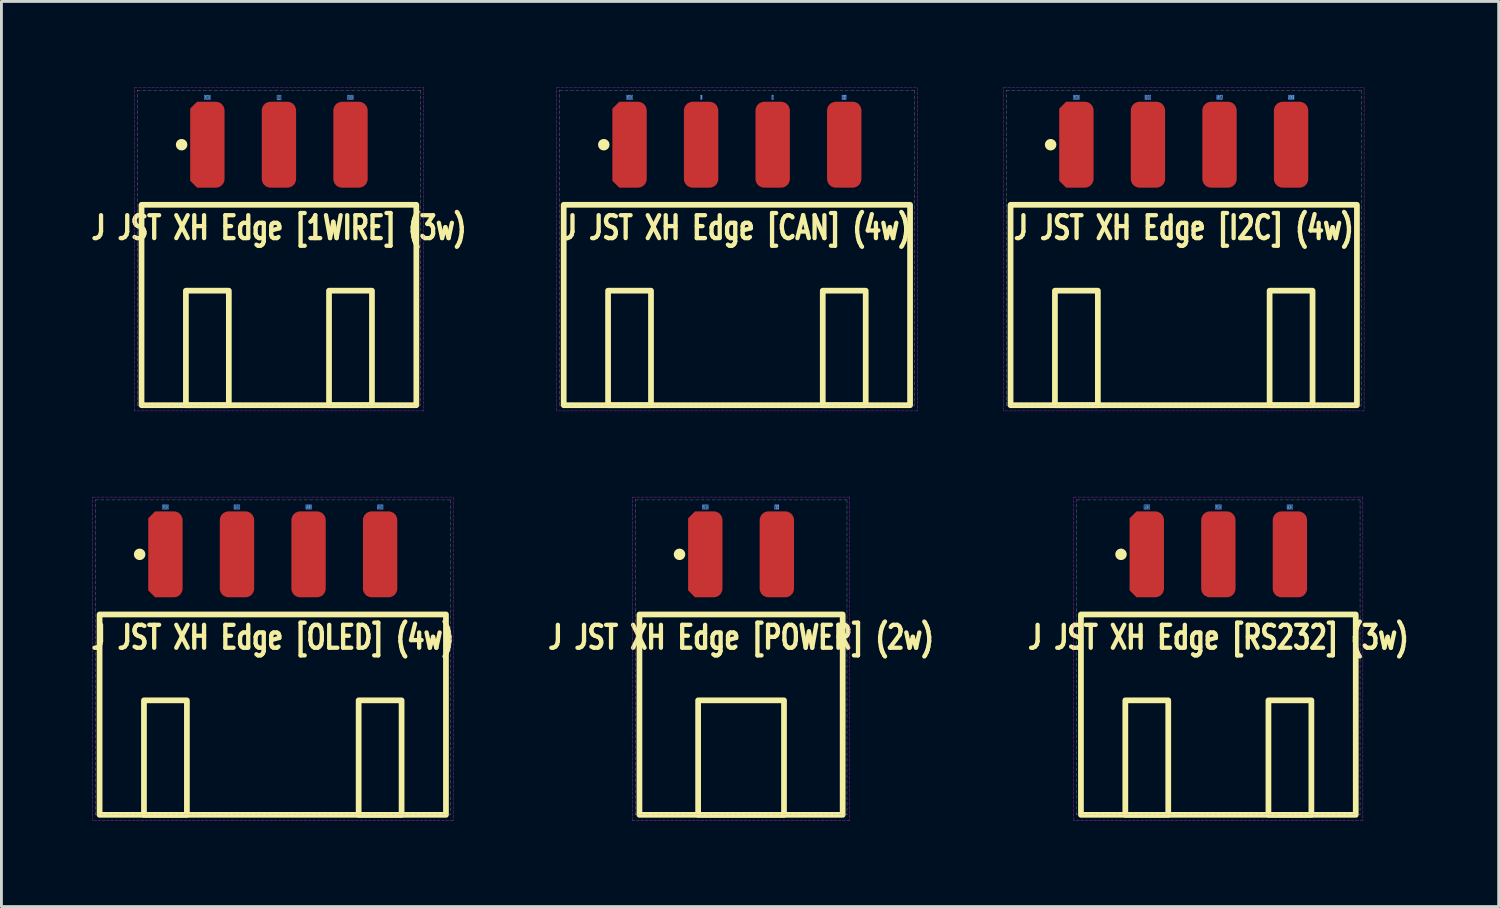
<source format=kicad_pcb>
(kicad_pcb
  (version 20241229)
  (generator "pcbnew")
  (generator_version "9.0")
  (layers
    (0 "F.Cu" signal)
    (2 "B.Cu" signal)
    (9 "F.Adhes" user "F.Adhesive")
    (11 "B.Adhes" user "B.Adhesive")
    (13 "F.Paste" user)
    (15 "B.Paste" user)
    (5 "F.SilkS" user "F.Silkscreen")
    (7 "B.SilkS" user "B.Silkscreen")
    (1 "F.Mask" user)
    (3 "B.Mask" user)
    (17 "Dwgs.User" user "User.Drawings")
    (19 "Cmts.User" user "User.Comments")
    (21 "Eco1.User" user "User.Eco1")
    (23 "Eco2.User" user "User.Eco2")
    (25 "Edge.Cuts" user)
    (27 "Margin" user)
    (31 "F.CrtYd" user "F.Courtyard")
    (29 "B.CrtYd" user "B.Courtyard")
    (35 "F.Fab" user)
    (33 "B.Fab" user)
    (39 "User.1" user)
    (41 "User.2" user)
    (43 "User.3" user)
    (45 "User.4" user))
  (footprint "J JST XH Edge [POWER] (2w)"
    (layer "F.Cu")
    (at 22.838 16.315)
    (property "Reference" "J JST XH Edge [POWER] (2w)" (at 0 2.9 0) (layer "F.SilkS") (effects (font (size 0.8 0.6) (thickness 0.15) (bold yes))))
    (attr through_hole)
    (fp_rect (start -3.55 2.1) (end 3.55 9.1) (stroke (width 0.2) (type default)) (fill no) (layer "F.SilkS"))
    (fp_rect (start -1.5 5.1) (end 1.5 9.1) (stroke (width 0.2) (type default)) (fill no) (layer "F.SilkS"))
    (fp_circle (center -2.15 0) (end -2 0) (stroke (width 0.1) (type solid)) (fill yes) (layer "F.SilkS"))
    (fp_rect (start -3.8 -2) (end 3.8 9.3) (stroke (width 0.01) (type dash)) (fill no) (layer "F.CrtYd"))
    (fp_rect (start -3.7 -1.9) (end 3.7 9.1) (stroke (width 0.01) (type dash_dot)) (fill no) (layer "F.Fab"))
    (fp_text user "V+" (at 1.25 -1.65 0) (layer "Cmts.User" knockout) (effects (font (size 0.13 0.07) (thickness 0.01) (bold yes))))
    (fp_text user "GND" (at -1.25 -1.65 0) (layer "Cmts.User" knockout) (effects (font (size 0.13 0.07) (thickness 0.01) (bold yes))))
    (pad "1" smd roundrect (at -1.25 0) (size 1.2 3) (layers "F.Cu" "F.Mask" "F.Paste") (roundrect_rratio 0.25) (chamfer_ratio 0.2) (chamfer top_left bottom_left))
    (pad "2" smd roundrect (at 1.25 0) (size 1.2 3) (layers "F.Cu" "F.Mask" "F.Paste") (roundrect_rratio 0.25)))
  (footprint "J JST XH Edge [RS232] (3w)"
    (layer "F.Cu")
    (at 39.511 16.315)
    (property "Reference" "J JST XH Edge [RS232] (3w)" (at 0 2.9 0) (layer "F.SilkS") (effects (font (size 0.8 0.6) (thickness 0.15) (bold yes))))
    (attr through_hole)
    (fp_rect (start -4.8 2.1) (end 4.8 9.1) (stroke (width 0.2) (type default)) (fill no) (layer "F.SilkS"))
    (fp_rect (start -3.25 5.1) (end -1.75 9.1) (stroke (width 0.2) (type default)) (fill no) (layer "F.SilkS"))
    (fp_rect (start 3.25 5.1) (end 1.75 9.1) (stroke (width 0.2) (type default)) (fill no) (layer "F.SilkS"))
    (fp_circle (center -3.4 0) (end -3.25 0) (stroke (width 0.1) (type solid)) (fill yes) (layer "F.SilkS"))
    (fp_rect (start -5.05 -2) (end 5.05 9.3) (stroke (width 0.01) (type dash)) (fill no) (layer "F.CrtYd"))
    (fp_rect (start -4.95 -1.9) (end 4.95 9.1) (stroke (width 0.01) (type dash_dot)) (fill no) (layer "F.Fab"))
    (fp_text user "GND" (at 0 -1.65 0) (layer "Cmts.User" knockout) (effects (font (size 0.13 0.07) (thickness 0.01) (bold yes))))
    (fp_text user "RXD" (at -2.5 -1.65 0) (layer "Cmts.User" knockout) (effects (font (size 0.13 0.07) (thickness 0.01) (bold yes))))
    (fp_text user "TXD" (at 2.5 -1.65 0) (layer "Cmts.User" knockout) (effects (font (size 0.13 0.07) (thickness 0.01) (bold yes))))
    (pad "1" smd roundrect (at -2.5 0) (size 1.2 3) (layers "F.Cu" "F.Mask" "F.Paste") (roundrect_rratio 0.25) (chamfer_ratio 0.2) (chamfer top_left bottom_left))
    (pad "2" smd roundrect (at 0 0) (size 1.2 3) (layers "F.Cu" "F.Mask" "F.Paste") (roundrect_rratio 0.25))
    (pad "3" smd roundrect (at 2.5 0) (size 1.2 3) (layers "F.Cu" "F.Mask" "F.Paste") (roundrect_rratio 0.25)))
  (footprint "J JST XH Edge [OLED] (4w)"
    (layer "F.Cu")
    (at 6.479 16.315)
    (property "Reference" "J JST XH Edge [OLED] (4w)" (at 0 2.9 0) (layer "F.SilkS") (effects (font (size 0.8 0.6) (thickness 0.15) (bold yes))))
    (attr through_hole)
    (fp_rect (start -6.05 2.1) (end 6.05 9.1) (stroke (width 0.2) (type default)) (fill no) (layer "F.SilkS"))
    (fp_rect (start -4.5 5.1) (end -3 9.1) (stroke (width 0.2) (type default)) (fill no) (layer "F.SilkS"))
    (fp_rect (start 4.5 5.1) (end 3 9.1) (stroke (width 0.2) (type default)) (fill no) (layer "F.SilkS"))
    (fp_circle (center -4.65 0) (end -4.5 0) (stroke (width 0.1) (type solid)) (fill yes) (layer "F.SilkS"))
    (fp_rect (start -6.3 -2) (end 6.3 9.3) (stroke (width 0.01) (type dash)) (fill no) (layer "F.CrtYd"))
    (fp_rect (start -6.2 -1.9) (end 6.2 9.1) (stroke (width 0.01) (type dash_dot)) (fill no) (layer "F.Fab"))
    (fp_text user "GND" (at -3.75 -1.65 0) (layer "Cmts.User" knockout) (effects (font (size 0.13 0.07) (thickness 0.01) (bold yes))))
    (fp_text user "VDD" (at -1.25 -1.65 0) (layer "Cmts.User" knockout) (effects (font (size 0.13 0.07) (thickness 0.01) (bold yes))))
    (fp_text user "SCL" (at 1.25 -1.65 0) (layer "Cmts.User" knockout) (effects (font (size 0.13 0.07) (thickness 0.01) (bold yes))))
    (fp_text user "SDA" (at 3.75 -1.65 0) (layer "Cmts.User" knockout) (effects (font (size 0.13 0.07) (thickness 0.01) (bold yes))))
    (pad "1" smd roundrect (at -3.75 0) (size 1.2 3) (layers "F.Cu" "F.Mask" "F.Paste") (roundrect_rratio 0.25) (chamfer_ratio 0.2) (chamfer top_left bottom_left))
    (pad "2" smd roundrect (at -1.25 0) (size 1.2 3) (layers "F.Cu" "F.Mask" "F.Paste") (roundrect_rratio 0.25))
    (pad "3" smd roundrect (at 1.25 0) (size 1.2 3) (layers "F.Cu" "F.Mask" "F.Paste") (roundrect_rratio 0.25))
    (pad "4" smd roundrect (at 3.75 0) (size 1.2 3) (layers "F.Cu" "F.Mask" "F.Paste") (roundrect_rratio 0.25)))
  (footprint "J JST XH Edge [CAN] (4w)"
    (layer "F.Cu")
    (at 22.692 2.005)
    (property "Reference" "J JST XH Edge [CAN] (4w)" (at 0 2.9 0) (layer "F.SilkS") (effects (font (size 0.8 0.6) (thickness 0.15) (bold yes))))
    (attr through_hole)
    (fp_rect (start -6.05 2.1) (end 6.05 9.1) (stroke (width 0.2) (type default)) (fill no) (layer "F.SilkS"))
    (fp_rect (start -4.5 5.1) (end -3 9.1) (stroke (width 0.2) (type default)) (fill no) (layer "F.SilkS"))
    (fp_rect (start 4.5 5.1) (end 3 9.1) (stroke (width 0.2) (type default)) (fill no) (layer "F.SilkS"))
    (fp_circle (center -4.65 0) (end -4.5 0) (stroke (width 0.1) (type solid)) (fill yes) (layer "F.SilkS"))
    (fp_rect (start -6.3 -2) (end 6.3 9.3) (stroke (width 0.01) (type dash)) (fill no) (layer "F.CrtYd"))
    (fp_rect (start -6.2 -1.9) (end 6.2 9.1) (stroke (width 0.01) (type dash_dot)) (fill no) (layer "F.Fab"))
    (fp_text user "V+" (at 3.75 -1.65 0) (layer "Cmts.User" knockout) (effects (font (size 0.13 0.07) (thickness 0.01) (bold yes))))
    (fp_text user "GND" (at -3.75 -1.65 0) (layer "Cmts.User" knockout) (effects (font (size 0.13 0.07) (thickness 0.01) (bold yes))))
    (fp_text user "L" (at -1.25 -1.65 0) (layer "Cmts.User" knockout) (effects (font (size 0.13 0.07) (thickness 0.01) (bold yes))))
    (fp_text user "H" (at 1.25 -1.65 0) (layer "Cmts.User" knockout) (effects (font (size 0.13 0.07) (thickness 0.01) (bold yes))))
    (pad "1" smd roundrect (at -3.75 0) (size 1.2 3) (layers "F.Cu" "F.Mask" "F.Paste") (roundrect_rratio 0.25) (chamfer_ratio 0.2) (chamfer top_left bottom_left))
    (pad "2" smd roundrect (at -1.25 0) (size 1.2 3) (layers "F.Cu" "F.Mask" "F.Paste") (roundrect_rratio 0.25))
    (pad "3" smd roundrect (at 1.25 0) (size 1.2 3) (layers "F.Cu" "F.Mask" "F.Paste") (roundrect_rratio 0.25))
    (pad "4" smd roundrect (at 3.75 0) (size 1.2 3) (layers "F.Cu" "F.Mask" "F.Paste") (roundrect_rratio 0.25)))
  (footprint "J JST XH Edge [1WIRE] (3w)"
    (layer "F.Cu")
    (at 6.694 2.005)
    (property "Reference" "J JST XH Edge [1WIRE] (3w)" (at 0 2.9 0) (layer "F.SilkS") (effects (font (size 0.8 0.6) (thickness 0.15) (bold yes))))
    (attr through_hole)
    (fp_rect (start -4.8 2.1) (end 4.8 9.1) (stroke (width 0.2) (type default)) (fill no) (layer "F.SilkS"))
    (fp_rect (start -3.25 5.1) (end -1.75 9.1) (stroke (width 0.2) (type default)) (fill no) (layer "F.SilkS"))
    (fp_rect (start 3.25 5.1) (end 1.75 9.1) (stroke (width 0.2) (type default)) (fill no) (layer "F.SilkS"))
    (fp_circle (center -3.4 0) (end -3.25 0) (stroke (width 0.1) (type solid)) (fill yes) (layer "F.SilkS"))
    (fp_rect (start -5.05 -2) (end 5.05 9.3) (stroke (width 0.01) (type dash)) (fill no) (layer "F.CrtYd"))
    (fp_rect (start -4.95 -1.9) (end 4.95 9.1) (stroke (width 0.01) (type dash_dot)) (fill no) (layer "F.Fab"))
    (fp_text user "DQ" (at 0 -1.65 0) (layer "Cmts.User" knockout) (effects (font (size 0.13 0.07) (thickness 0.01) (bold yes))))
    (fp_text user "VDD" (at 2.5 -1.65 0) (layer "Cmts.User" knockout) (effects (font (size 0.13 0.07) (thickness 0.01) (bold yes))))
    (fp_text user "GND" (at -2.5 -1.65 0) (layer "Cmts.User" knockout) (effects (font (size 0.13 0.07) (thickness 0.01) (bold yes))))
    (pad "1" smd roundrect (at -2.5 0) (size 1.2 3) (layers "F.Cu" "F.Mask" "F.Paste") (roundrect_rratio 0.25) (chamfer_ratio 0.2) (chamfer top_left bottom_left))
    (pad "2" smd roundrect (at 0 0) (size 1.2 3) (layers "F.Cu" "F.Mask" "F.Paste") (roundrect_rratio 0.25))
    (pad "3" smd roundrect (at 2.5 0) (size 1.2 3) (layers "F.Cu" "F.Mask" "F.Paste") (roundrect_rratio 0.25)))
  (footprint "J JST XH Edge [I2C] (4w)"
    (layer "F.Cu")
    (at 38.302 2.005)
    (property "Reference" "J JST XH Edge [I2C] (4w)" (at 0 2.9 0) (layer "F.SilkS") (effects (font (size 0.8 0.6) (thickness 0.15) (bold yes))))
    (attr through_hole)
    (fp_rect (start -6.05 2.1) (end 6.05 9.1) (stroke (width 0.2) (type default)) (fill no) (layer "F.SilkS"))
    (fp_rect (start -4.5 5.1) (end -3 9.1) (stroke (width 0.2) (type default)) (fill no) (layer "F.SilkS"))
    (fp_rect (start 4.5 5.1) (end 3 9.1) (stroke (width 0.2) (type default)) (fill no) (layer "F.SilkS"))
    (fp_circle (center -4.65 0) (end -4.5 0) (stroke (width 0.1) (type solid)) (fill yes) (layer "F.SilkS"))
    (fp_rect (start -6.3 -2) (end 6.3 9.3) (stroke (width 0.01) (type dash)) (fill no) (layer "F.CrtYd"))
    (fp_rect (start -6.2 -1.9) (end 6.2 9.1) (stroke (width 0.01) (type dash_dot)) (fill no) (layer "F.Fab"))
    (fp_text user "VDD" (at -1.25 -1.65 0) (layer "Cmts.User" knockout) (effects (font (size 0.13 0.07) (thickness 0.01) (bold yes))))
    (fp_text user "SDA" (at 1.25 -1.65 0) (layer "Cmts.User" knockout) (effects (font (size 0.13 0.07) (thickness 0.01) (bold yes))))
    (fp_text user "SCL" (at 3.75 -1.65 0) (layer "Cmts.User" knockout) (effects (font (size 0.13 0.07) (thickness 0.01) (bold yes))))
    (fp_text user "GND" (at -3.75 -1.65 0) (layer "Cmts.User" knockout) (effects (font (size 0.13 0.07) (thickness 0.01) (bold yes))))
    (pad "1" smd roundrect (at -3.75 0) (size 1.2 3) (layers "F.Cu" "F.Mask" "F.Paste") (roundrect_rratio 0.25) (chamfer_ratio 0.2) (chamfer top_left bottom_left))
    (pad "2" smd roundrect (at -1.25 0) (size 1.2 3) (layers "F.Cu" "F.Mask" "F.Paste") (roundrect_rratio 0.25))
    (pad "3" smd roundrect (at 1.25 0) (size 1.2 3) (layers "F.Cu" "F.Mask" "F.Paste") (roundrect_rratio 0.25))
    (pad "4" smd roundrect (at 3.75 0) (size 1.2 3) (layers "F.Cu" "F.Mask" "F.Paste") (roundrect_rratio 0.25)))
  (gr_rect
    (start -3 -3)
    (end 49.304 28.62)
    (stroke (width 0.1) (type default))
    (fill no)
    (layer "Edge.Cuts")))
</source>
